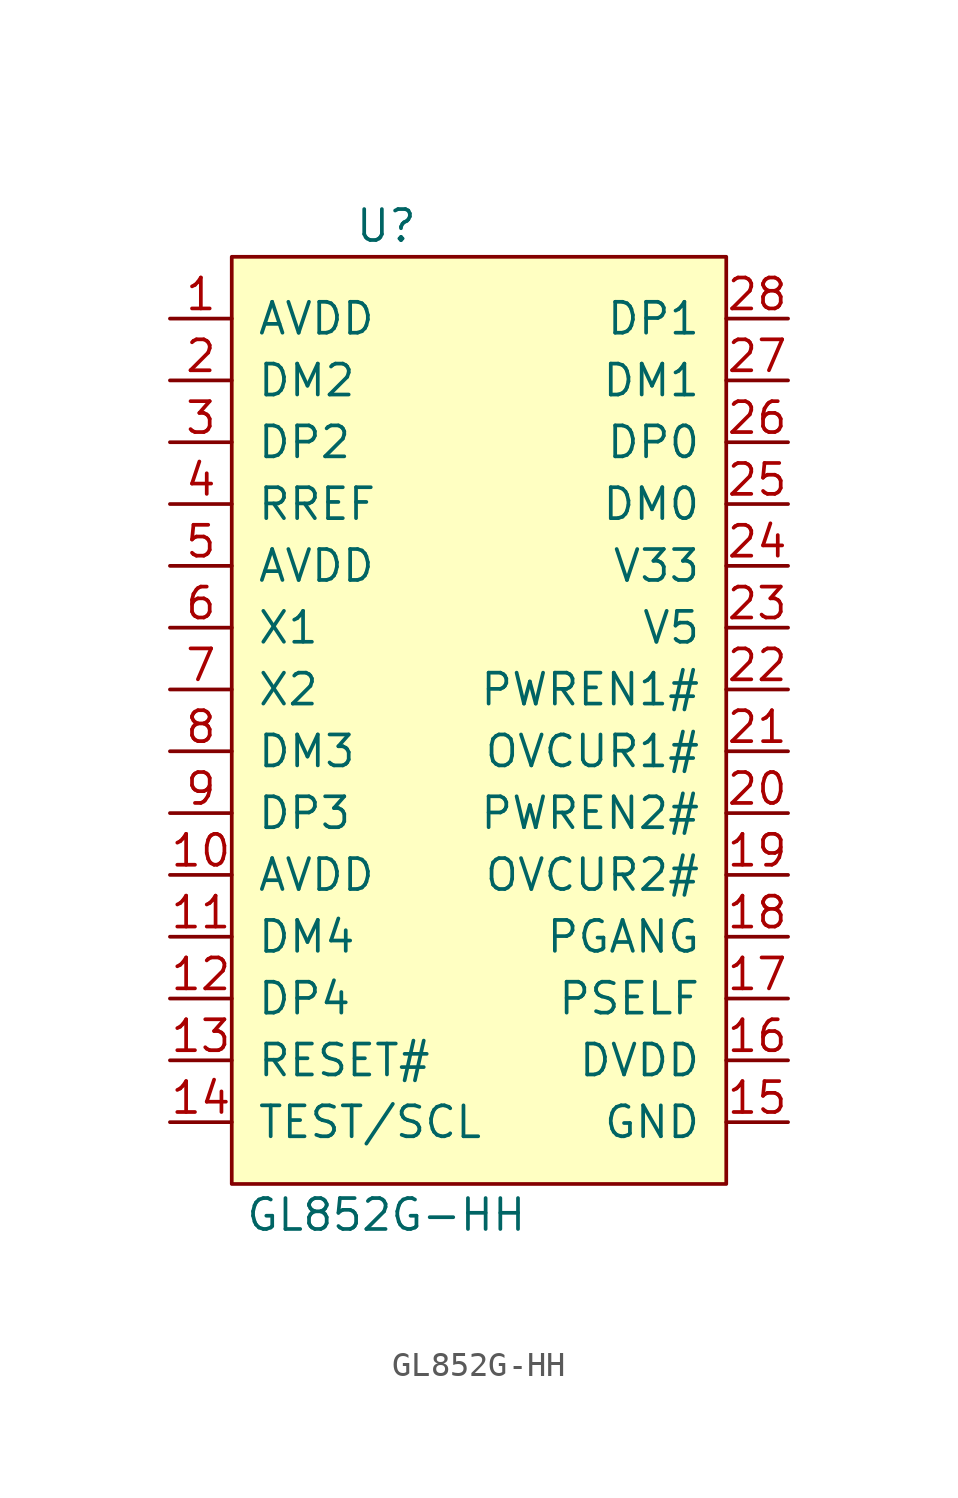
<source format=kicad_sym>
(kicad_symbol_lib
  (version 20211014)
  (generator kicad_symbol_editor)
  (symbol "GL852G-HH"
    (pin_names
      (offset 1.016))
    (property "Reference" "U"
      (at -3.81 20.32 0)
      (effects (font (size 1.27 1.27))))
    (property "Value" "GL852G-HH"
      (at -3.81 -20.32 0)
      (effects (font (size 1.27 1.27))))
    (symbol "GL852G-HH_0_1"
      (rectangle (start -10.16 19.05) (end 10.16 -19.05) (stroke (width 0) (type default) (color 0 0 0 0)) (fill (type background))))
    (symbol "GL852G-HH_1_1"
      (pin power_in line (at -12.7 16.51 0) (length 2.54) (name "AVDD" (effects (font (size 1.27 1.27)))) (number "1" (effects (font (size 1.27 1.27)))))
      (pin power_in line (at -12.7 -6.35 0) (length 2.54) (name "AVDD" (effects (font (size 1.27 1.27)))) (number "10" (effects (font (size 1.27 1.27)))))
      (pin bidirectional line (at -12.7 -8.89 0) (length 2.54) (name "DM4" (effects (font (size 1.27 1.27)))) (number "11" (effects (font (size 1.27 1.27)))))
      (pin bidirectional line (at -12.7 -11.43 0) (length 2.54) (name "DP4" (effects (font (size 1.27 1.27)))) (number "12" (effects (font (size 1.27 1.27)))))
      (pin input line (at -12.7 -13.97 0) (length 2.54) (name "RESET#" (effects (font (size 1.27 1.27)))) (number "13" (effects (font (size 1.27 1.27)))))
      (pin bidirectional line (at -12.7 -16.51 0) (length 2.54) (name "TEST/SCL" (effects (font (size 1.27 1.27)))) (number "14" (effects (font (size 1.27 1.27)))))
      (pin power_in line (at 12.7 -16.51 180) (length 2.54) (name "GND" (effects (font (size 1.27 1.27)))) (number "15" (effects (font (size 1.27 1.27)))))
      (pin power_in line (at 12.7 -13.97 180) (length 2.54) (name "DVDD" (effects (font (size 1.27 1.27)))) (number "16" (effects (font (size 1.27 1.27)))))
      (pin input line (at 12.7 -11.43 180) (length 2.54) (name "PSELF" (effects (font (size 1.27 1.27)))) (number "17" (effects (font (size 1.27 1.27)))))
      (pin bidirectional line (at 12.7 -8.89 180) (length 2.54) (name "PGANG" (effects (font (size 1.27 1.27)))) (number "18" (effects (font (size 1.27 1.27)))))
      (pin input line (at 12.7 -6.35 180) (length 2.54) (name "OVCUR2#" (effects (font (size 1.27 1.27)))) (number "19" (effects (font (size 1.27 1.27)))))
      (pin bidirectional line (at -12.7 13.97 0) (length 2.54) (name "DM2" (effects (font (size 1.27 1.27)))) (number "2" (effects (font (size 1.27 1.27)))))
      (pin output line (at 12.7 -3.81 180) (length 2.54) (name "PWREN2#" (effects (font (size 1.27 1.27)))) (number "20" (effects (font (size 1.27 1.27)))))
      (pin input line (at 12.7 -1.27 180) (length 2.54) (name "OVCUR1#" (effects (font (size 1.27 1.27)))) (number "21" (effects (font (size 1.27 1.27)))))
      (pin output line (at 12.7 1.27 180) (length 2.54) (name "PWREN1#" (effects (font (size 1.27 1.27)))) (number "22" (effects (font (size 1.27 1.27)))))
      (pin power_in line (at 12.7 3.81 180) (length 2.54) (name "V5" (effects (font (size 1.27 1.27)))) (number "23" (effects (font (size 1.27 1.27)))))
      (pin power_in line (at 12.7 6.35 180) (length 2.54) (name "V33" (effects (font (size 1.27 1.27)))) (number "24" (effects (font (size 1.27 1.27)))))
      (pin bidirectional line (at 12.7 8.89 180) (length 2.54) (name "DM0" (effects (font (size 1.27 1.27)))) (number "25" (effects (font (size 1.27 1.27)))))
      (pin bidirectional line (at 12.7 11.43 180) (length 2.54) (name "DP0" (effects (font (size 1.27 1.27)))) (number "26" (effects (font (size 1.27 1.27)))))
      (pin bidirectional line (at 12.7 13.97 180) (length 2.54) (name "DM1" (effects (font (size 1.27 1.27)))) (number "27" (effects (font (size 1.27 1.27)))))
      (pin bidirectional line (at 12.7 16.51 180) (length 2.54) (name "DP1" (effects (font (size 1.27 1.27)))) (number "28" (effects (font (size 1.27 1.27)))))
      (pin bidirectional line (at -12.7 11.43 0) (length 2.54) (name "DP2" (effects (font (size 1.27 1.27)))) (number "3" (effects (font (size 1.27 1.27)))))
      (pin output line (at -12.7 8.89 0) (length 2.54) (name "RREF" (effects (font (size 1.27 1.27)))) (number "4" (effects (font (size 1.27 1.27)))))
      (pin power_in line (at -12.7 6.35 0) (length 2.54) (name "AVDD" (effects (font (size 1.27 1.27)))) (number "5" (effects (font (size 1.27 1.27)))))
      (pin input line (at -12.7 3.81 0) (length 2.54) (name "X1" (effects (font (size 1.27 1.27)))) (number "6" (effects (font (size 1.27 1.27)))))
      (pin output line (at -12.7 1.27 0) (length 2.54) (name "X2" (effects (font (size 1.27 1.27)))) (number "7" (effects (font (size 1.27 1.27)))))
      (pin bidirectional line (at -12.7 -1.27 0) (length 2.54) (name "DM3" (effects (font (size 1.27 1.27)))) (number "8" (effects (font (size 1.27 1.27)))))
      (pin bidirectional line (at -12.7 -3.81 0) (length 2.54) (name "DP3" (effects (font (size 1.27 1.27)))) (number "9" (effects (font (size 1.27 1.27))))))))
</source>
